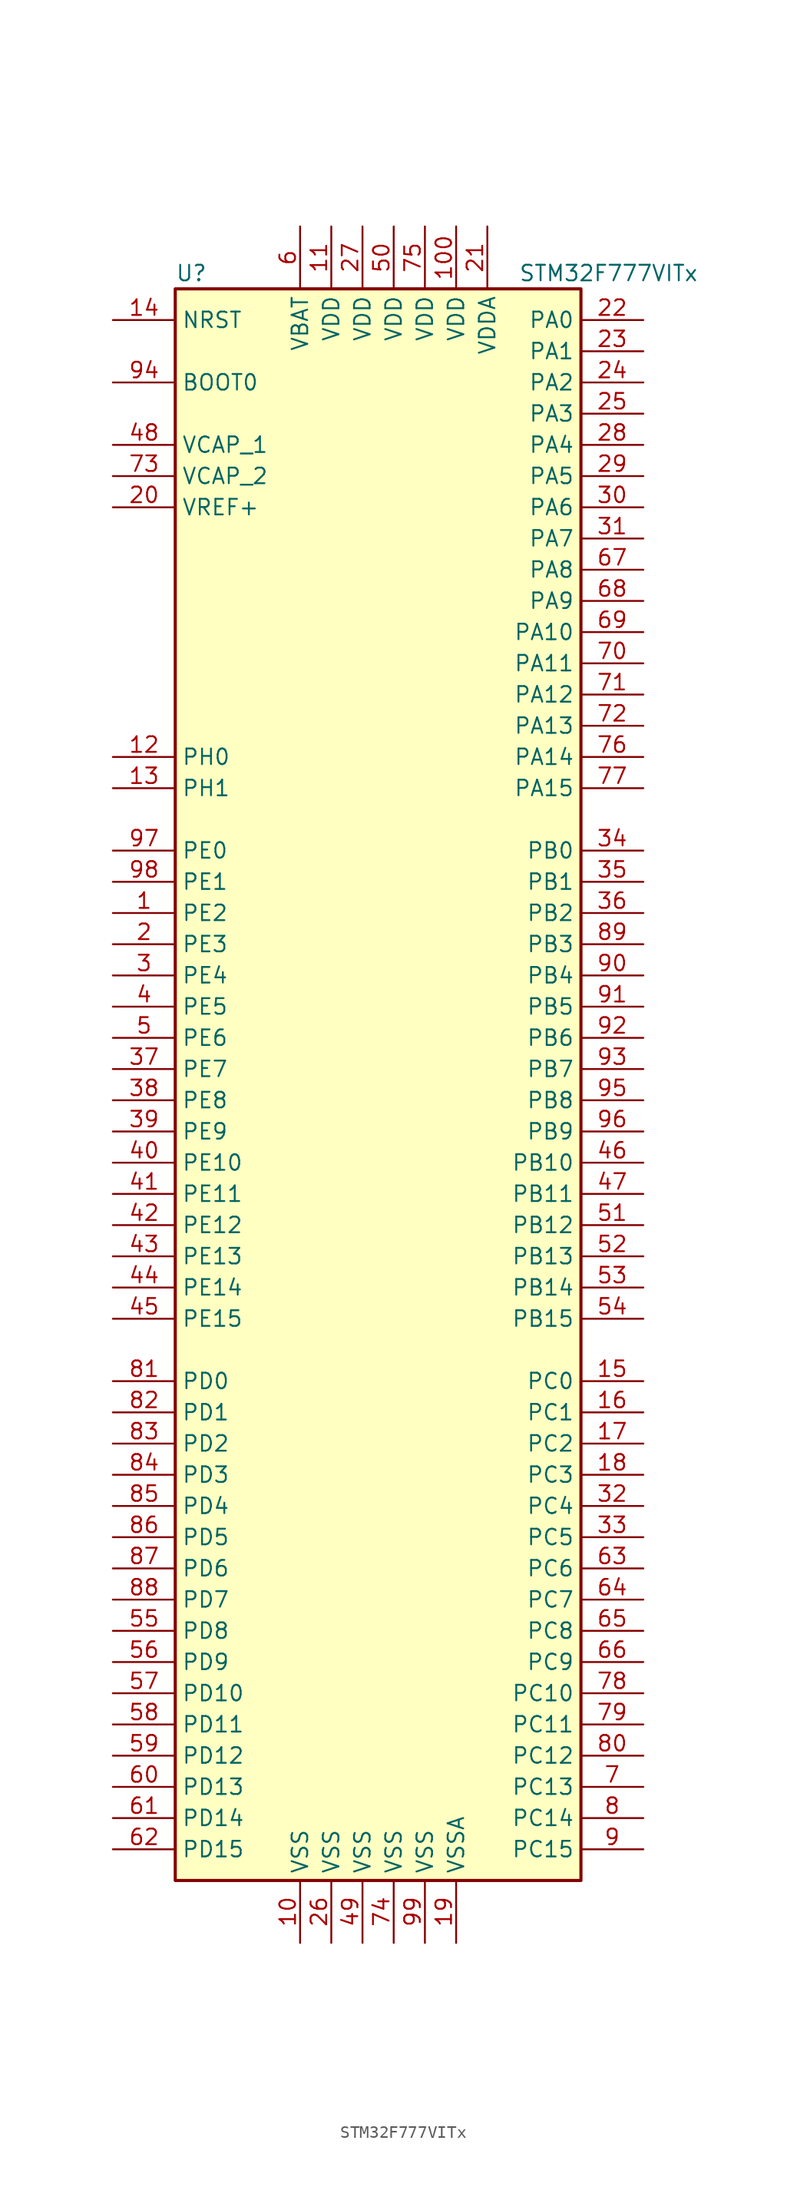
<source format=kicad_sym>
(kicad_symbol_lib
  (version 20201005)
  (generator kicad_symbol_editor)
  (symbol "MCU_ST_STM32F7:STM32F777VITx"
    (property "Reference" "U"
      (at -17.78 64.77 0)
      (effects (font (size 1.27 1.27)) (justify left)))
    (property "Value" "STM32F777VITx"
      (at 10.16 64.77 0)
      (effects (font (size 1.27 1.27)) (justify left)))
    (symbol "STM32F777VITx_0_1"
      (rectangle (start -17.78 -66.04) (end 15.24 63.5) (stroke (width 0.254)) (fill (type background))))
    (symbol "STM32F777VITx_1_1"
      (pin input line (at -22.86 55.88 0) (length 5.08) (name "BOOT0" (effects (font (size 1.27 1.27)))) (number "94" (effects (font (size 1.27 1.27)))))
      (pin input line (at -22.86 60.96 0) (length 5.08) (name "NRST" (effects (font (size 1.27 1.27)))) (number "14" (effects (font (size 1.27 1.27)))))
      (pin bidirectional line (at 20.32 60.96 180) (length 5.08) (name "PA0" (effects (font (size 1.27 1.27)))) (number "22" (effects (font (size 1.27 1.27)))))
      (pin bidirectional line (at 20.32 58.42 180) (length 5.08) (name "PA1" (effects (font (size 1.27 1.27)))) (number "23" (effects (font (size 1.27 1.27)))))
      (pin bidirectional line (at 20.32 35.56 180) (length 5.08) (name "PA10" (effects (font (size 1.27 1.27)))) (number "69" (effects (font (size 1.27 1.27)))))
      (pin bidirectional line (at 20.32 33.02 180) (length 5.08) (name "PA11" (effects (font (size 1.27 1.27)))) (number "70" (effects (font (size 1.27 1.27)))))
      (pin bidirectional line (at 20.32 30.48 180) (length 5.08) (name "PA12" (effects (font (size 1.27 1.27)))) (number "71" (effects (font (size 1.27 1.27)))))
      (pin bidirectional line (at 20.32 27.94 180) (length 5.08) (name "PA13" (effects (font (size 1.27 1.27)))) (number "72" (effects (font (size 1.27 1.27)))))
      (pin bidirectional line (at 20.32 25.4 180) (length 5.08) (name "PA14" (effects (font (size 1.27 1.27)))) (number "76" (effects (font (size 1.27 1.27)))))
      (pin bidirectional line (at 20.32 22.86 180) (length 5.08) (name "PA15" (effects (font (size 1.27 1.27)))) (number "77" (effects (font (size 1.27 1.27)))))
      (pin bidirectional line (at 20.32 55.88 180) (length 5.08) (name "PA2" (effects (font (size 1.27 1.27)))) (number "24" (effects (font (size 1.27 1.27)))))
      (pin bidirectional line (at 20.32 53.34 180) (length 5.08) (name "PA3" (effects (font (size 1.27 1.27)))) (number "25" (effects (font (size 1.27 1.27)))))
      (pin bidirectional line (at 20.32 50.8 180) (length 5.08) (name "PA4" (effects (font (size 1.27 1.27)))) (number "28" (effects (font (size 1.27 1.27)))))
      (pin bidirectional line (at 20.32 48.26 180) (length 5.08) (name "PA5" (effects (font (size 1.27 1.27)))) (number "29" (effects (font (size 1.27 1.27)))))
      (pin bidirectional line (at 20.32 45.72 180) (length 5.08) (name "PA6" (effects (font (size 1.27 1.27)))) (number "30" (effects (font (size 1.27 1.27)))))
      (pin bidirectional line (at 20.32 43.18 180) (length 5.08) (name "PA7" (effects (font (size 1.27 1.27)))) (number "31" (effects (font (size 1.27 1.27)))))
      (pin bidirectional line (at 20.32 40.64 180) (length 5.08) (name "PA8" (effects (font (size 1.27 1.27)))) (number "67" (effects (font (size 1.27 1.27)))))
      (pin bidirectional line (at 20.32 38.1 180) (length 5.08) (name "PA9" (effects (font (size 1.27 1.27)))) (number "68" (effects (font (size 1.27 1.27)))))
      (pin bidirectional line (at 20.32 17.78 180) (length 5.08) (name "PB0" (effects (font (size 1.27 1.27)))) (number "34" (effects (font (size 1.27 1.27)))))
      (pin bidirectional line (at 20.32 15.24 180) (length 5.08) (name "PB1" (effects (font (size 1.27 1.27)))) (number "35" (effects (font (size 1.27 1.27)))))
      (pin bidirectional line (at 20.32 -7.62 180) (length 5.08) (name "PB10" (effects (font (size 1.27 1.27)))) (number "46" (effects (font (size 1.27 1.27)))))
      (pin bidirectional line (at 20.32 -10.16 180) (length 5.08) (name "PB11" (effects (font (size 1.27 1.27)))) (number "47" (effects (font (size 1.27 1.27)))))
      (pin bidirectional line (at 20.32 -12.7 180) (length 5.08) (name "PB12" (effects (font (size 1.27 1.27)))) (number "51" (effects (font (size 1.27 1.27)))))
      (pin bidirectional line (at 20.32 -15.24 180) (length 5.08) (name "PB13" (effects (font (size 1.27 1.27)))) (number "52" (effects (font (size 1.27 1.27)))))
      (pin bidirectional line (at 20.32 -17.78 180) (length 5.08) (name "PB14" (effects (font (size 1.27 1.27)))) (number "53" (effects (font (size 1.27 1.27)))))
      (pin bidirectional line (at 20.32 -20.32 180) (length 5.08) (name "PB15" (effects (font (size 1.27 1.27)))) (number "54" (effects (font (size 1.27 1.27)))))
      (pin bidirectional line (at 20.32 12.7 180) (length 5.08) (name "PB2" (effects (font (size 1.27 1.27)))) (number "36" (effects (font (size 1.27 1.27)))))
      (pin bidirectional line (at 20.32 10.16 180) (length 5.08) (name "PB3" (effects (font (size 1.27 1.27)))) (number "89" (effects (font (size 1.27 1.27)))))
      (pin bidirectional line (at 20.32 7.62 180) (length 5.08) (name "PB4" (effects (font (size 1.27 1.27)))) (number "90" (effects (font (size 1.27 1.27)))))
      (pin bidirectional line (at 20.32 5.08 180) (length 5.08) (name "PB5" (effects (font (size 1.27 1.27)))) (number "91" (effects (font (size 1.27 1.27)))))
      (pin bidirectional line (at 20.32 2.54 180) (length 5.08) (name "PB6" (effects (font (size 1.27 1.27)))) (number "92" (effects (font (size 1.27 1.27)))))
      (pin bidirectional line (at 20.32 0 180) (length 5.08) (name "PB7" (effects (font (size 1.27 1.27)))) (number "93" (effects (font (size 1.27 1.27)))))
      (pin bidirectional line (at 20.32 -2.54 180) (length 5.08) (name "PB8" (effects (font (size 1.27 1.27)))) (number "95" (effects (font (size 1.27 1.27)))))
      (pin bidirectional line (at 20.32 -5.08 180) (length 5.08) (name "PB9" (effects (font (size 1.27 1.27)))) (number "96" (effects (font (size 1.27 1.27)))))
      (pin bidirectional line (at 20.32 -25.4 180) (length 5.08) (name "PC0" (effects (font (size 1.27 1.27)))) (number "15" (effects (font (size 1.27 1.27)))))
      (pin bidirectional line (at 20.32 -27.94 180) (length 5.08) (name "PC1" (effects (font (size 1.27 1.27)))) (number "16" (effects (font (size 1.27 1.27)))))
      (pin bidirectional line (at 20.32 -50.8 180) (length 5.08) (name "PC10" (effects (font (size 1.27 1.27)))) (number "78" (effects (font (size 1.27 1.27)))))
      (pin bidirectional line (at 20.32 -53.34 180) (length 5.08) (name "PC11" (effects (font (size 1.27 1.27)))) (number "79" (effects (font (size 1.27 1.27)))))
      (pin bidirectional line (at 20.32 -55.88 180) (length 5.08) (name "PC12" (effects (font (size 1.27 1.27)))) (number "80" (effects (font (size 1.27 1.27)))))
      (pin bidirectional line (at 20.32 -58.42 180) (length 5.08) (name "PC13" (effects (font (size 1.27 1.27)))) (number "7" (effects (font (size 1.27 1.27)))))
      (pin bidirectional line (at 20.32 -60.96 180) (length 5.08) (name "PC14" (effects (font (size 1.27 1.27)))) (number "8" (effects (font (size 1.27 1.27)))))
      (pin bidirectional line (at 20.32 -63.5 180) (length 5.08) (name "PC15" (effects (font (size 1.27 1.27)))) (number "9" (effects (font (size 1.27 1.27)))))
      (pin bidirectional line (at 20.32 -30.48 180) (length 5.08) (name "PC2" (effects (font (size 1.27 1.27)))) (number "17" (effects (font (size 1.27 1.27)))))
      (pin bidirectional line (at 20.32 -33.02 180) (length 5.08) (name "PC3" (effects (font (size 1.27 1.27)))) (number "18" (effects (font (size 1.27 1.27)))))
      (pin bidirectional line (at 20.32 -35.56 180) (length 5.08) (name "PC4" (effects (font (size 1.27 1.27)))) (number "32" (effects (font (size 1.27 1.27)))))
      (pin bidirectional line (at 20.32 -38.1 180) (length 5.08) (name "PC5" (effects (font (size 1.27 1.27)))) (number "33" (effects (font (size 1.27 1.27)))))
      (pin bidirectional line (at 20.32 -40.64 180) (length 5.08) (name "PC6" (effects (font (size 1.27 1.27)))) (number "63" (effects (font (size 1.27 1.27)))))
      (pin bidirectional line (at 20.32 -43.18 180) (length 5.08) (name "PC7" (effects (font (size 1.27 1.27)))) (number "64" (effects (font (size 1.27 1.27)))))
      (pin bidirectional line (at 20.32 -45.72 180) (length 5.08) (name "PC8" (effects (font (size 1.27 1.27)))) (number "65" (effects (font (size 1.27 1.27)))))
      (pin bidirectional line (at 20.32 -48.26 180) (length 5.08) (name "PC9" (effects (font (size 1.27 1.27)))) (number "66" (effects (font (size 1.27 1.27)))))
      (pin bidirectional line (at -22.86 -25.4 0) (length 5.08) (name "PD0" (effects (font (size 1.27 1.27)))) (number "81" (effects (font (size 1.27 1.27)))))
      (pin bidirectional line (at -22.86 -27.94 0) (length 5.08) (name "PD1" (effects (font (size 1.27 1.27)))) (number "82" (effects (font (size 1.27 1.27)))))
      (pin bidirectional line (at -22.86 -50.8 0) (length 5.08) (name "PD10" (effects (font (size 1.27 1.27)))) (number "57" (effects (font (size 1.27 1.27)))))
      (pin bidirectional line (at -22.86 -53.34 0) (length 5.08) (name "PD11" (effects (font (size 1.27 1.27)))) (number "58" (effects (font (size 1.27 1.27)))))
      (pin bidirectional line (at -22.86 -55.88 0) (length 5.08) (name "PD12" (effects (font (size 1.27 1.27)))) (number "59" (effects (font (size 1.27 1.27)))))
      (pin bidirectional line (at -22.86 -58.42 0) (length 5.08) (name "PD13" (effects (font (size 1.27 1.27)))) (number "60" (effects (font (size 1.27 1.27)))))
      (pin bidirectional line (at -22.86 -60.96 0) (length 5.08) (name "PD14" (effects (font (size 1.27 1.27)))) (number "61" (effects (font (size 1.27 1.27)))))
      (pin bidirectional line (at -22.86 -63.5 0) (length 5.08) (name "PD15" (effects (font (size 1.27 1.27)))) (number "62" (effects (font (size 1.27 1.27)))))
      (pin bidirectional line (at -22.86 -30.48 0) (length 5.08) (name "PD2" (effects (font (size 1.27 1.27)))) (number "83" (effects (font (size 1.27 1.27)))))
      (pin bidirectional line (at -22.86 -33.02 0) (length 5.08) (name "PD3" (effects (font (size 1.27 1.27)))) (number "84" (effects (font (size 1.27 1.27)))))
      (pin bidirectional line (at -22.86 -35.56 0) (length 5.08) (name "PD4" (effects (font (size 1.27 1.27)))) (number "85" (effects (font (size 1.27 1.27)))))
      (pin bidirectional line (at -22.86 -38.1 0) (length 5.08) (name "PD5" (effects (font (size 1.27 1.27)))) (number "86" (effects (font (size 1.27 1.27)))))
      (pin bidirectional line (at -22.86 -40.64 0) (length 5.08) (name "PD6" (effects (font (size 1.27 1.27)))) (number "87" (effects (font (size 1.27 1.27)))))
      (pin bidirectional line (at -22.86 -43.18 0) (length 5.08) (name "PD7" (effects (font (size 1.27 1.27)))) (number "88" (effects (font (size 1.27 1.27)))))
      (pin bidirectional line (at -22.86 -45.72 0) (length 5.08) (name "PD8" (effects (font (size 1.27 1.27)))) (number "55" (effects (font (size 1.27 1.27)))))
      (pin bidirectional line (at -22.86 -48.26 0) (length 5.08) (name "PD9" (effects (font (size 1.27 1.27)))) (number "56" (effects (font (size 1.27 1.27)))))
      (pin bidirectional line (at -22.86 17.78 0) (length 5.08) (name "PE0" (effects (font (size 1.27 1.27)))) (number "97" (effects (font (size 1.27 1.27)))))
      (pin bidirectional line (at -22.86 15.24 0) (length 5.08) (name "PE1" (effects (font (size 1.27 1.27)))) (number "98" (effects (font (size 1.27 1.27)))))
      (pin bidirectional line (at -22.86 -7.62 0) (length 5.08) (name "PE10" (effects (font (size 1.27 1.27)))) (number "40" (effects (font (size 1.27 1.27)))))
      (pin bidirectional line (at -22.86 -10.16 0) (length 5.08) (name "PE11" (effects (font (size 1.27 1.27)))) (number "41" (effects (font (size 1.27 1.27)))))
      (pin bidirectional line (at -22.86 -12.7 0) (length 5.08) (name "PE12" (effects (font (size 1.27 1.27)))) (number "42" (effects (font (size 1.27 1.27)))))
      (pin bidirectional line (at -22.86 -15.24 0) (length 5.08) (name "PE13" (effects (font (size 1.27 1.27)))) (number "43" (effects (font (size 1.27 1.27)))))
      (pin bidirectional line (at -22.86 -17.78 0) (length 5.08) (name "PE14" (effects (font (size 1.27 1.27)))) (number "44" (effects (font (size 1.27 1.27)))))
      (pin bidirectional line (at -22.86 -20.32 0) (length 5.08) (name "PE15" (effects (font (size 1.27 1.27)))) (number "45" (effects (font (size 1.27 1.27)))))
      (pin bidirectional line (at -22.86 12.7 0) (length 5.08) (name "PE2" (effects (font (size 1.27 1.27)))) (number "1" (effects (font (size 1.27 1.27)))))
      (pin bidirectional line (at -22.86 10.16 0) (length 5.08) (name "PE3" (effects (font (size 1.27 1.27)))) (number "2" (effects (font (size 1.27 1.27)))))
      (pin bidirectional line (at -22.86 7.62 0) (length 5.08) (name "PE4" (effects (font (size 1.27 1.27)))) (number "3" (effects (font (size 1.27 1.27)))))
      (pin bidirectional line (at -22.86 5.08 0) (length 5.08) (name "PE5" (effects (font (size 1.27 1.27)))) (number "4" (effects (font (size 1.27 1.27)))))
      (pin bidirectional line (at -22.86 2.54 0) (length 5.08) (name "PE6" (effects (font (size 1.27 1.27)))) (number "5" (effects (font (size 1.27 1.27)))))
      (pin bidirectional line (at -22.86 0 0) (length 5.08) (name "PE7" (effects (font (size 1.27 1.27)))) (number "37" (effects (font (size 1.27 1.27)))))
      (pin bidirectional line (at -22.86 -2.54 0) (length 5.08) (name "PE8" (effects (font (size 1.27 1.27)))) (number "38" (effects (font (size 1.27 1.27)))))
      (pin bidirectional line (at -22.86 -5.08 0) (length 5.08) (name "PE9" (effects (font (size 1.27 1.27)))) (number "39" (effects (font (size 1.27 1.27)))))
      (pin input line (at -22.86 25.4 0) (length 5.08) (name "PH0" (effects (font (size 1.27 1.27)))) (number "12" (effects (font (size 1.27 1.27)))))
      (pin input line (at -22.86 22.86 0) (length 5.08) (name "PH1" (effects (font (size 1.27 1.27)))) (number "13" (effects (font (size 1.27 1.27)))))
      (pin power_in line (at -7.62 68.58 270) (length 5.08) (name "VBAT" (effects (font (size 1.27 1.27)))) (number "6" (effects (font (size 1.27 1.27)))))
      (pin power_in line (at -22.86 50.8 0) (length 5.08) (name "VCAP_1" (effects (font (size 1.27 1.27)))) (number "48" (effects (font (size 1.27 1.27)))))
      (pin power_in line (at -22.86 48.26 0) (length 5.08) (name "VCAP_2" (effects (font (size 1.27 1.27)))) (number "73" (effects (font (size 1.27 1.27)))))
      (pin power_in line (at 5.08 68.58 270) (length 5.08) (name "VDD" (effects (font (size 1.27 1.27)))) (number "100" (effects (font (size 1.27 1.27)))))
      (pin power_in line (at -5.08 68.58 270) (length 5.08) (name "VDD" (effects (font (size 1.27 1.27)))) (number "11" (effects (font (size 1.27 1.27)))))
      (pin power_in line (at -2.54 68.58 270) (length 5.08) (name "VDD" (effects (font (size 1.27 1.27)))) (number "27" (effects (font (size 1.27 1.27)))))
      (pin power_in line (at 0 68.58 270) (length 5.08) (name "VDD" (effects (font (size 1.27 1.27)))) (number "50" (effects (font (size 1.27 1.27)))))
      (pin power_in line (at 2.54 68.58 270) (length 5.08) (name "VDD" (effects (font (size 1.27 1.27)))) (number "75" (effects (font (size 1.27 1.27)))))
      (pin power_in line (at 7.62 68.58 270) (length 5.08) (name "VDDA" (effects (font (size 1.27 1.27)))) (number "21" (effects (font (size 1.27 1.27)))))
      (pin power_in line (at -22.86 45.72 0) (length 5.08) (name "VREF+" (effects (font (size 1.27 1.27)))) (number "20" (effects (font (size 1.27 1.27)))))
      (pin power_in line (at -7.62 -71.12 90) (length 5.08) (name "VSS" (effects (font (size 1.27 1.27)))) (number "10" (effects (font (size 1.27 1.27)))))
      (pin power_in line (at -5.08 -71.12 90) (length 5.08) (name "VSS" (effects (font (size 1.27 1.27)))) (number "26" (effects (font (size 1.27 1.27)))))
      (pin power_in line (at -2.54 -71.12 90) (length 5.08) (name "VSS" (effects (font (size 1.27 1.27)))) (number "49" (effects (font (size 1.27 1.27)))))
      (pin power_in line (at 0 -71.12 90) (length 5.08) (name "VSS" (effects (font (size 1.27 1.27)))) (number "74" (effects (font (size 1.27 1.27)))))
      (pin power_in line (at 2.54 -71.12 90) (length 5.08) (name "VSS" (effects (font (size 1.27 1.27)))) (number "99" (effects (font (size 1.27 1.27)))))
      (pin power_in line (at 5.08 -71.12 90) (length 5.08) (name "VSSA" (effects (font (size 1.27 1.27)))) (number "19" (effects (font (size 1.27 1.27))))))))
</source>
